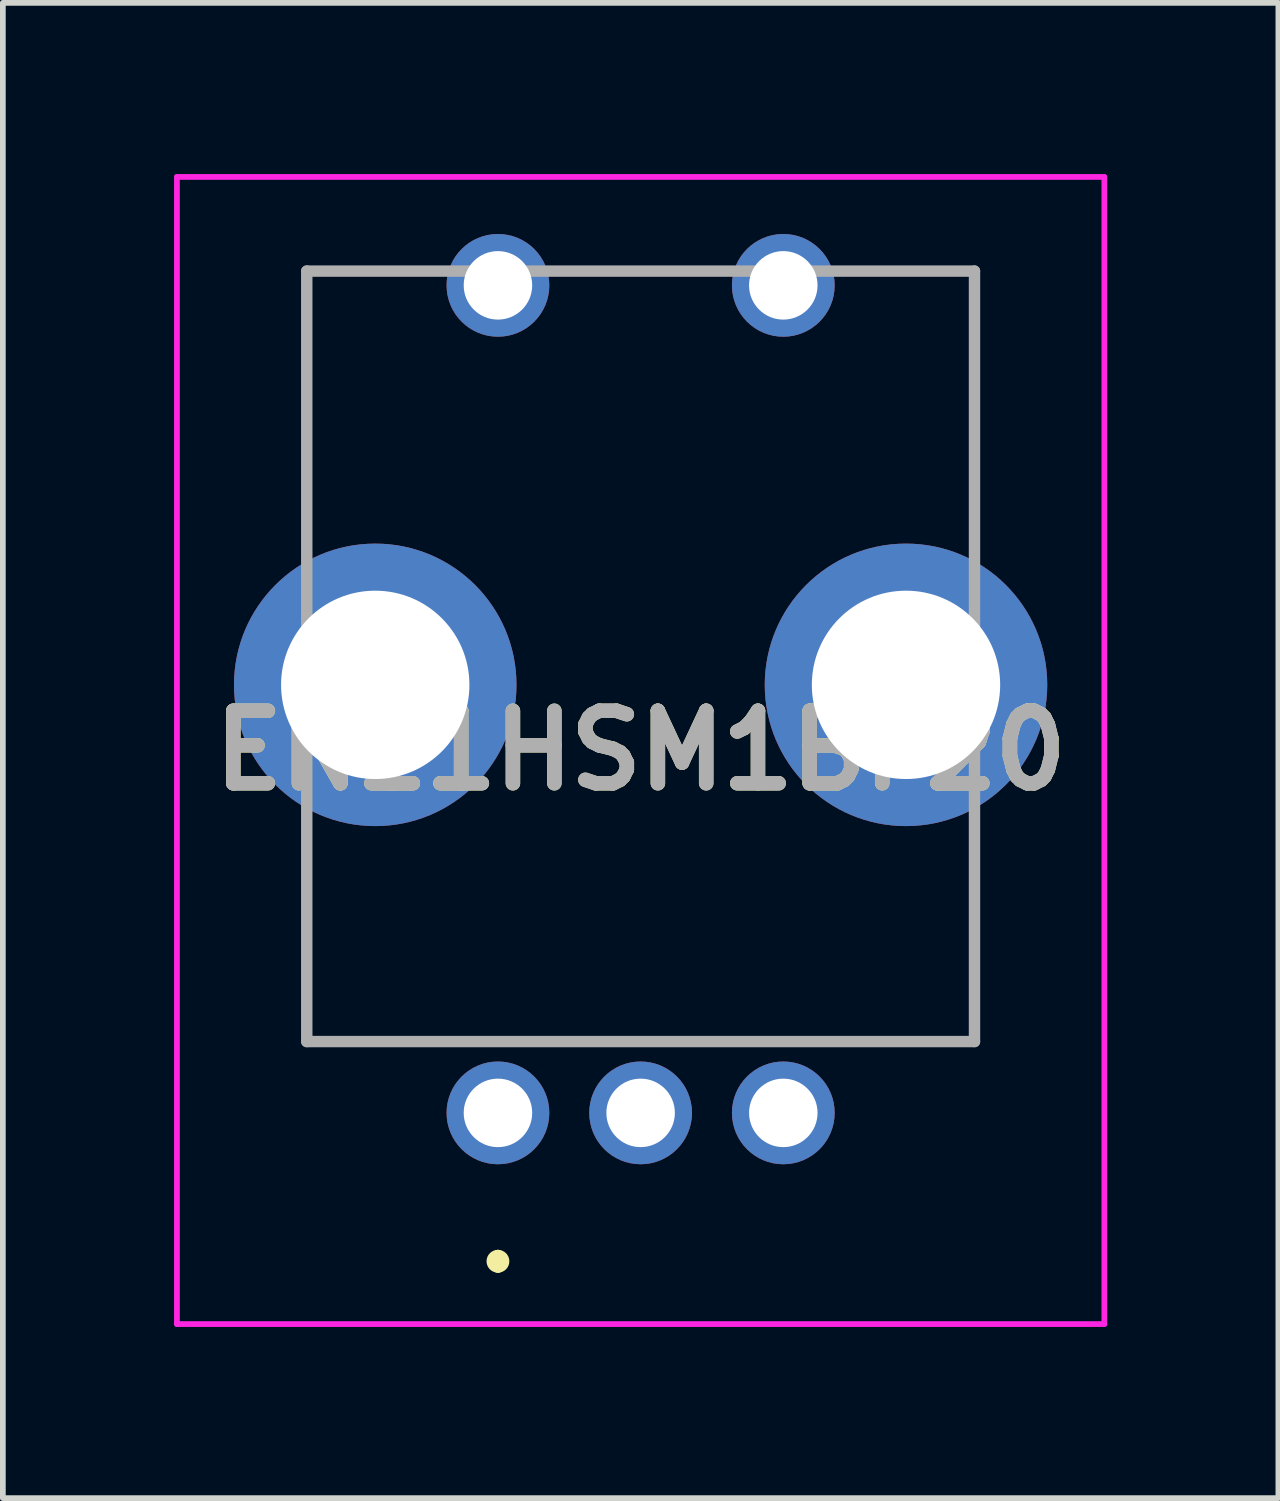
<source format=kicad_pcb>
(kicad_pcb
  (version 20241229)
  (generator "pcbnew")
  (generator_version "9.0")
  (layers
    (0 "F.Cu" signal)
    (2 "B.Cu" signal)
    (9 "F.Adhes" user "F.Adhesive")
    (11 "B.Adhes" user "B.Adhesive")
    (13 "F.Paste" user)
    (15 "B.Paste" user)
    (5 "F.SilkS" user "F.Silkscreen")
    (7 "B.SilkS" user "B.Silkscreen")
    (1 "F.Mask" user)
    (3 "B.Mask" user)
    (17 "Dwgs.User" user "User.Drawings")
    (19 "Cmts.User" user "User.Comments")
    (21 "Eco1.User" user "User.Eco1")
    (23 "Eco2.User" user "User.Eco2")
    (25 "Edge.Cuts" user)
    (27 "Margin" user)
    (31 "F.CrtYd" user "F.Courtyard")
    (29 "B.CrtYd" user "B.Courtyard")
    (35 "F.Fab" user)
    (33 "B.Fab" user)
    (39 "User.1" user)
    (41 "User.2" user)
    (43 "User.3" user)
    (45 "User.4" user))
  (footprint "EN11HSM1BF20"
    (layer "F.Cu")
    (at 5.675 16.45)
    (property "Reference" "EN11HSM1BF20" (at 2.5 -6.35 0) (layer "F.SilkS") (effects (font (size 1.27 1.27) (thickness 0.254))))
    (attr through_hole)
    (fp_line (start -3.35 -14.75) (end -3.35 -10.5) (stroke (width 0.1) (type solid)) (layer "F.SilkS"))
    (fp_line (start 0 2.5) (end 0 2.5) (stroke (width 0.2) (type solid)) (layer "F.SilkS"))
    (fp_line (start 0 2.7) (end 0 2.7) (stroke (width 0.2) (type solid)) (layer "F.SilkS"))
    (fp_line (start 8.35 -14.75) (end 8.35 -10.5) (stroke (width 0.1) (type solid)) (layer "F.SilkS"))
    (fp_arc (start 0 2.5) (mid 0.1 2.6) (end 0 2.7) (stroke (width 0.2) (type solid)) (layer "F.SilkS"))
    (fp_arc (start 0 2.7) (mid -0.1 2.6) (end 0 2.5) (stroke (width 0.2) (type solid)) (layer "F.SilkS"))
    (fp_line (start -5.625 -16.4) (end 10.625 -16.4) (stroke (width 0.1) (type solid)) (layer "F.CrtYd"))
    (fp_line (start -5.625 3.7) (end -5.625 -16.4) (stroke (width 0.1) (type solid)) (layer "F.CrtYd"))
    (fp_line (start 10.625 -16.4) (end 10.625 3.7) (stroke (width 0.1) (type solid)) (layer "F.CrtYd"))
    (fp_line (start 10.625 3.7) (end -5.625 3.7) (stroke (width 0.1) (type solid)) (layer "F.CrtYd"))
    (fp_line (start -3.35 -14.75) (end 8.35 -14.75) (stroke (width 0.2) (type solid)) (layer "F.Fab"))
    (fp_line (start -3.35 -1.25) (end -3.35 -14.75) (stroke (width 0.2) (type solid)) (layer "F.Fab"))
    (fp_line (start 8.35 -14.75) (end 8.35 -1.25) (stroke (width 0.2) (type solid)) (layer "F.Fab"))
    (fp_line (start 8.35 -1.25) (end -3.35 -1.25) (stroke (width 0.2) (type solid)) (layer "F.Fab"))
    (fp_text user "${REFERENCE}" (at 2.5 -6.35 0) (layer "F.Fab") (effects (font (size 1.27 1.27) (thickness 0.254))))
    (pad "A1" thru_hole circle (at 0 0) (size 1.8 1.8) (drill 1.2) (layers "*.Cu" "*.Mask"))
    (pad "B1" thru_hole circle (at 5 0) (size 1.8 1.8) (drill 1.2) (layers "*.Cu" "*.Mask"))
    (pad "C1" thru_hole circle (at 2.5 0) (size 1.8 1.8) (drill 1.2) (layers "*.Cu" "*.Mask"))
    (pad "D1" thru_hole circle (at 0 -14.5) (size 1.8 1.8) (drill 1.2) (layers "*.Cu" "*.Mask"))
    (pad "E1" thru_hole circle (at 5 -14.5) (size 1.8 1.8) (drill 1.2) (layers "*.Cu" "*.Mask"))
    (pad "MH1" thru_hole circle (at -2.15 -7.5) (size 4.95 4.95) (drill 3.3) (layers "*.Cu" "*.Mask"))
    (pad "MH2" thru_hole circle (at 7.15 -7.5) (size 4.95 4.95) (drill 3.3) (layers "*.Cu" "*.Mask")))
  (gr_rect
    (start -3 -3)
    (end 19.35 23.2)
    (stroke (width 0.1) (type default))
    (fill no)
    (layer "Edge.Cuts")))
</source>
